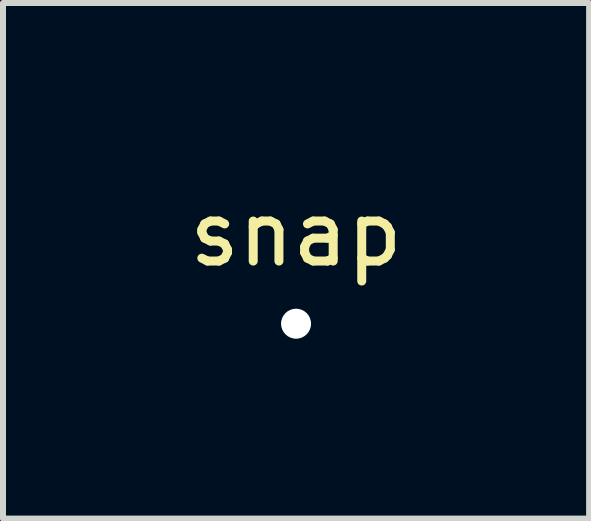
<source format=kicad_pcb>
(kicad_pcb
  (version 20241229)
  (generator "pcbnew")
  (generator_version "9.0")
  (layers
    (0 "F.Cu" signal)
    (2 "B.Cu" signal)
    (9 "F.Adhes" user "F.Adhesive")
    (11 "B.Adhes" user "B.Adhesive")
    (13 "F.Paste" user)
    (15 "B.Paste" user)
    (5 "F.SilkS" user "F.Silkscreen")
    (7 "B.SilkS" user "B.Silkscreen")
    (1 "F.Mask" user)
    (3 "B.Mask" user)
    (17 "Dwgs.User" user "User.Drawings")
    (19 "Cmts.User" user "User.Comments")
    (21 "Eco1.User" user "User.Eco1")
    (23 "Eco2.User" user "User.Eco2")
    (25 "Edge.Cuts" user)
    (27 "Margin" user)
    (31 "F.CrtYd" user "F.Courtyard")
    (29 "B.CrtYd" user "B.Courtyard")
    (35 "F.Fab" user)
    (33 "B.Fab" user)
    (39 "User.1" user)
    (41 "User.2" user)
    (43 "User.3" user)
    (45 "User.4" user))
  (footprint "snap"
    (layer "F.Cu")
    (at 1.887 0.348)
    (property "Reference" "snap" (at 0 0.5 0) (layer "F.SilkS") (effects (font (size 1 1) (thickness 0.15))))
    (attr through_hole)
    (pad "" np_thru_hole circle (at 0 2) (size 0.5 0.5) (drill 0.5) (layers "*.Cu" "*.Mask")))
  (gr_rect
    (start -3 -3)
    (end 6.774 5.598)
    (stroke (width 0.1) (type default))
    (fill no)
    (layer "Edge.Cuts")))
</source>
